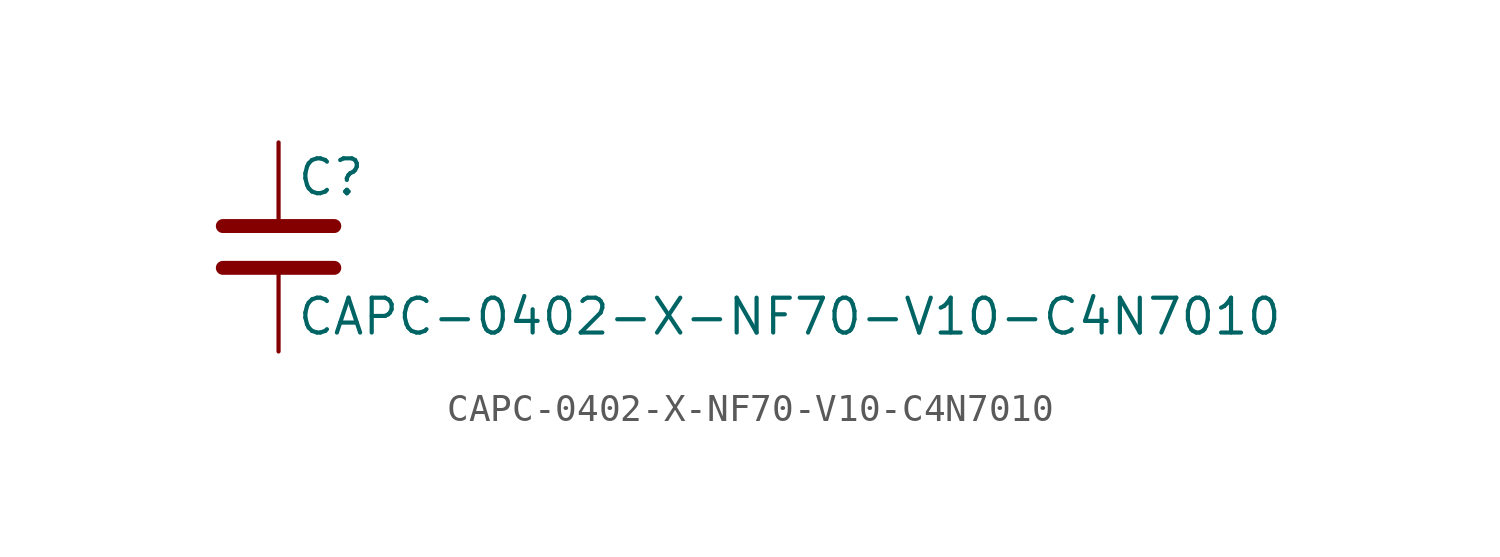
<source format=kicad_sym>
(kicad_symbol_lib
  (version 20211014)
  (generator kicad_symbol_editor)
  (symbol "CAPC-0402-X-NF70-V10-C4N7010"
    (pin_numbers hide)
    (pin_names
      (offset 0.254))
    (property "Reference" "C"
      (at 0.635 2.54 0)
      (effects (font (size 1.27 1.27)) (justify left)))
    (property "Value" "CAPC-0402-X-NF70-V10-C4N7010"
      (at 0.635 -2.54 0)
      (effects (font (size 1.27 1.27)) (justify left)))
    (symbol "CAPC-0402-X-NF70-V10-C4N7010_0_1"
      (polyline (pts (xy -2.032 -0.762) (xy 2.032 -0.762)) (stroke (width 0.508) (type default) (color 0 0 0 0)) (fill (type none)))
      (polyline (pts (xy -2.032 0.762) (xy 2.032 0.762)) (stroke (width 0.508) (type default) (color 0 0 0 0)) (fill (type none))))
    (symbol "CAPC-0402-X-NF70-V10-C4N7010_1_1"
      (pin passive line (at 0 3.81 270) (length 2.794) (name "~" (effects (font (size 1.27 1.27)))) (number "1" (effects (font (size 1.27 1.27)))))
      (pin passive line (at 0 -3.81 90) (length 2.794) (name "~" (effects (font (size 1.27 1.27)))) (number "2" (effects (font (size 1.27 1.27))))))))
</source>
